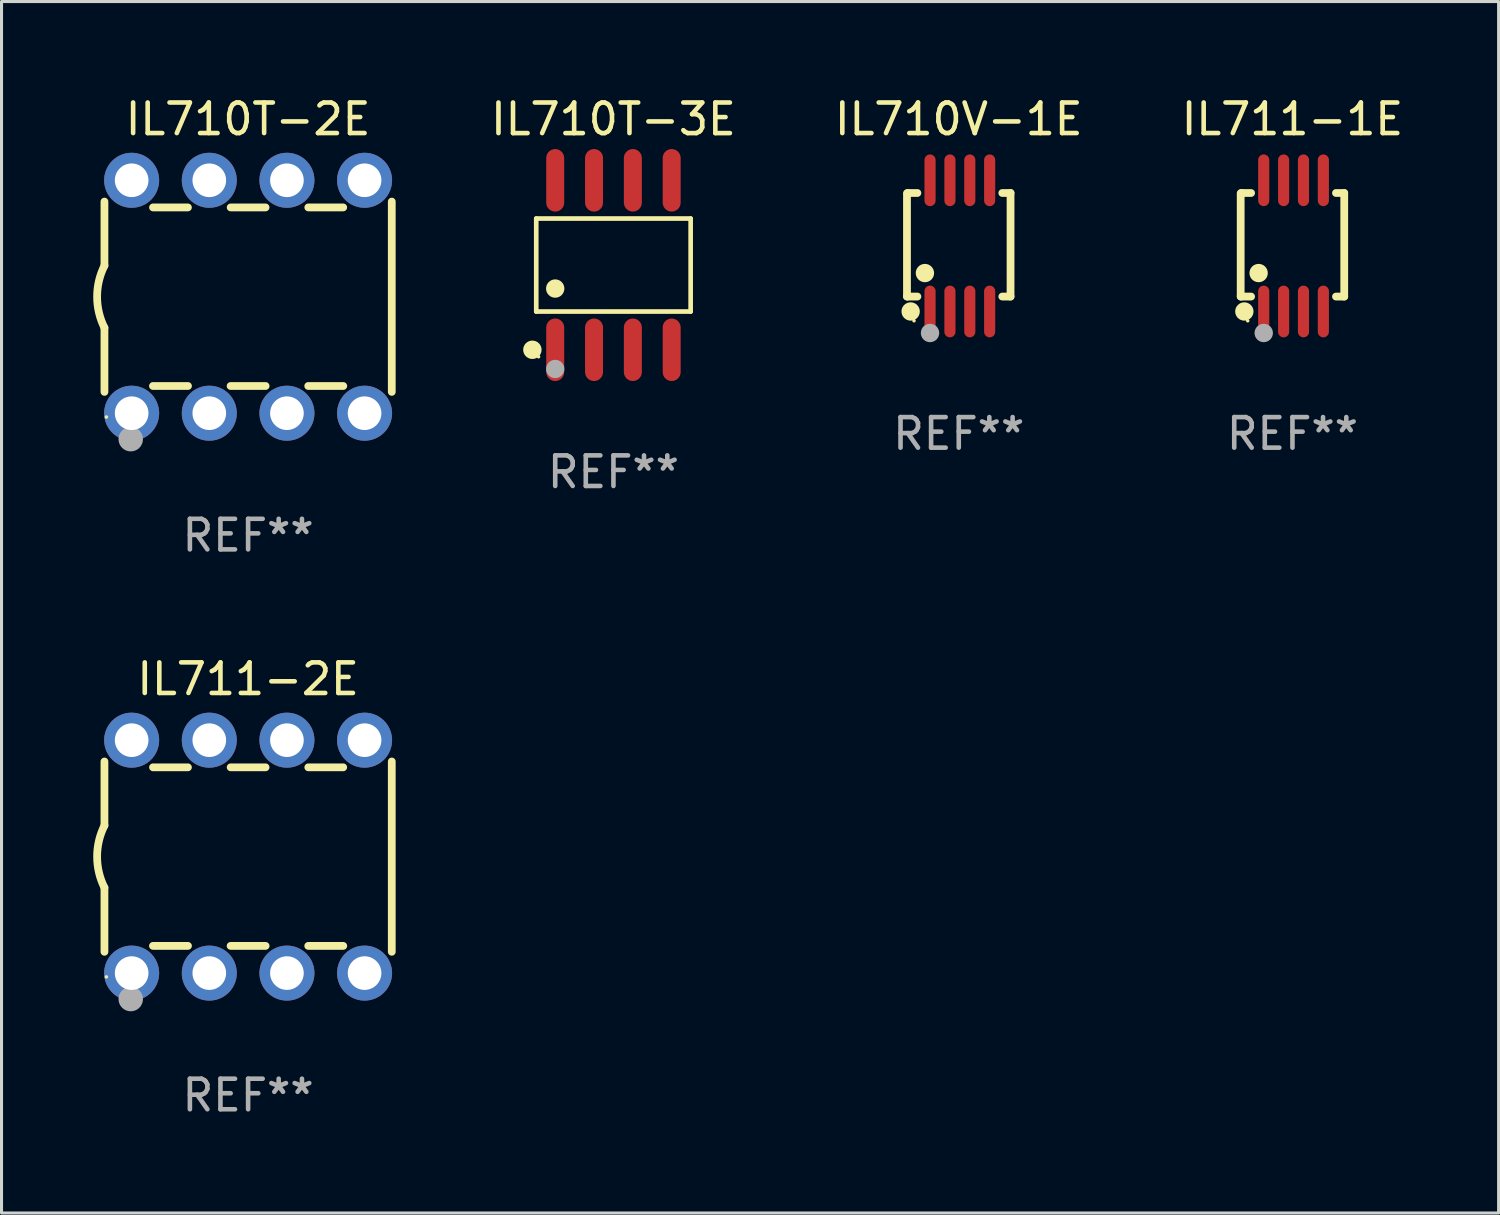
<source format=kicad_pcb>
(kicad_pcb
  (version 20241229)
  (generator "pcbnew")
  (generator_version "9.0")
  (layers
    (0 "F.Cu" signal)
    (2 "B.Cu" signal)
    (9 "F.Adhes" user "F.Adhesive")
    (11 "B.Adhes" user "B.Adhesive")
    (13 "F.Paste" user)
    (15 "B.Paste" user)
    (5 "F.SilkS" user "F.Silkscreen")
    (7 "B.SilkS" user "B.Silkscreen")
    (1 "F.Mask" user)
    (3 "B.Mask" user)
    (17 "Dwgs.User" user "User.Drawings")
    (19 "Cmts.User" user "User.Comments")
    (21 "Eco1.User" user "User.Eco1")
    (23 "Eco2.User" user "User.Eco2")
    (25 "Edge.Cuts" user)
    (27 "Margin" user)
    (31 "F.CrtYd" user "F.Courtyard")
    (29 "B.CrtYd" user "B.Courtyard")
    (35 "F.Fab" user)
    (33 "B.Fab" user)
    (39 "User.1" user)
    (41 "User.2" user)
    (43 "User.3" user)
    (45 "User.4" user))
  (footprint "IL711-2E"
    (layer "F.Cu")
    (at 5.067 24.975)
    (property "Reference" "IL711-2E" (at 0 -5.81 0) (layer "F.SilkS") (effects (font (size 1 1) (thickness 0.15))))
    (attr through_hole)
    (fp_line (start -4.7 -1.017) (end -4.7 -3.113) (stroke (width 0.254) (type solid)) (layer "F.SilkS"))
    (fp_line (start -4.7 1.015) (end -4.7 3.113) (stroke (width 0.254) (type solid)) (layer "F.SilkS"))
    (fp_line (start -3.113 2.92) (end -1.967 2.92) (stroke (width 0.254) (type solid)) (layer "F.SilkS"))
    (fp_line (start -3.111 -2.922) (end -1.969 -2.922) (stroke (width 0.254) (type solid)) (layer "F.SilkS"))
    (fp_line (start -0.573 2.92) (end 0.573 2.92) (stroke (width 0.254) (type solid)) (layer "F.SilkS"))
    (fp_line (start -0.571 -2.922) (end 0.571 -2.922) (stroke (width 0.254) (type solid)) (layer "F.SilkS"))
    (fp_line (start 1.967 2.92) (end 3.113 2.92) (stroke (width 0.254) (type solid)) (layer "F.SilkS"))
    (fp_line (start 1.969 -2.922) (end 3.111 -2.922) (stroke (width 0.254) (type solid)) (layer "F.SilkS"))
    (fp_line (start 4.7 -3.113) (end 4.7 3.113) (stroke (width 0.254) (type solid)) (layer "F.SilkS"))
    (fp_arc (start -4.7 1.01524) (mid -4.939846 -0.000762) (end -4.7 -1.016764) (stroke (width 0.254001) (type solid)) (layer "F.SilkS"))
    (fp_circle (center -4.636 3.935) (end -4.606 3.935) (stroke (width 0.06) (type solid)) (fill no) (layer "F.SilkS"))
    (fp_circle (center -3.84 4.66) (end -3.64 4.66) (stroke (width 0.4) (type solid)) (fill no) (layer "F.Fab"))
    (fp_text user "REF**" (at 0 7.81 0) (layer "F.Fab") (effects (font (size 1 1) (thickness 0.15))))
    (pad "1" thru_hole circle (at -3.81 3.81) (size 1.8 1.8) (drill 1.1) (layers "*.Cu" "*.Mask"))
    (pad "2" thru_hole circle (at -1.27 3.81) (size 1.8 1.8) (drill 1.1) (layers "*.Cu" "*.Mask"))
    (pad "3" thru_hole circle (at 1.27 3.81) (size 1.8 1.8) (drill 1.1) (layers "*.Cu" "*.Mask"))
    (pad "4" thru_hole circle (at 3.81 3.81) (size 1.8 1.8) (drill 1.1) (layers "*.Cu" "*.Mask"))
    (pad "5" thru_hole circle (at 3.81 -3.81) (size 1.8 1.8) (drill 1.1) (layers "*.Cu" "*.Mask"))
    (pad "6" thru_hole circle (at 1.27 -3.81) (size 1.8 1.8) (drill 1.1) (layers "*.Cu" "*.Mask"))
    (pad "7" thru_hole circle (at -1.27 -3.81) (size 1.8 1.8) (drill 1.1) (layers "*.Cu" "*.Mask"))
    (pad "8" thru_hole circle (at -3.81 -3.81) (size 1.8 1.8) (drill 1.1) (layers "*.Cu" "*.Mask")))
  (footprint "IL710T-2E"
    (layer "F.Cu")
    (at 5.067 6.658)
    (property "Reference" "IL710T-2E" (at 0 -5.81 0) (layer "F.SilkS") (effects (font (size 1 1) (thickness 0.15))))
    (attr through_hole)
    (fp_line (start -4.7 -1.017) (end -4.7 -3.113) (stroke (width 0.254) (type solid)) (layer "F.SilkS"))
    (fp_line (start -4.7 1.015) (end -4.7 3.113) (stroke (width 0.254) (type solid)) (layer "F.SilkS"))
    (fp_line (start -3.113 2.92) (end -1.967 2.92) (stroke (width 0.254) (type solid)) (layer "F.SilkS"))
    (fp_line (start -3.111 -2.922) (end -1.969 -2.922) (stroke (width 0.254) (type solid)) (layer "F.SilkS"))
    (fp_line (start -0.573 2.92) (end 0.573 2.92) (stroke (width 0.254) (type solid)) (layer "F.SilkS"))
    (fp_line (start -0.571 -2.922) (end 0.571 -2.922) (stroke (width 0.254) (type solid)) (layer "F.SilkS"))
    (fp_line (start 1.967 2.92) (end 3.113 2.92) (stroke (width 0.254) (type solid)) (layer "F.SilkS"))
    (fp_line (start 1.969 -2.922) (end 3.111 -2.922) (stroke (width 0.254) (type solid)) (layer "F.SilkS"))
    (fp_line (start 4.7 -3.113) (end 4.7 3.113) (stroke (width 0.254) (type solid)) (layer "F.SilkS"))
    (fp_arc (start -4.7 1.01524) (mid -4.939846 -0.000762) (end -4.7 -1.016764) (stroke (width 0.254001) (type solid)) (layer "F.SilkS"))
    (fp_circle (center -4.636 3.935) (end -4.606 3.935) (stroke (width 0.06) (type solid)) (fill no) (layer "F.SilkS"))
    (fp_circle (center -3.84 4.66) (end -3.64 4.66) (stroke (width 0.4) (type solid)) (fill no) (layer "F.Fab"))
    (fp_text user "REF**" (at 0 7.81 0) (layer "F.Fab") (effects (font (size 1 1) (thickness 0.15))))
    (pad "1" thru_hole circle (at -3.81 3.81) (size 1.8 1.8) (drill 1.1) (layers "*.Cu" "*.Mask"))
    (pad "2" thru_hole circle (at -1.27 3.81) (size 1.8 1.8) (drill 1.1) (layers "*.Cu" "*.Mask"))
    (pad "3" thru_hole circle (at 1.27 3.81) (size 1.8 1.8) (drill 1.1) (layers "*.Cu" "*.Mask"))
    (pad "4" thru_hole circle (at 3.81 3.81) (size 1.8 1.8) (drill 1.1) (layers "*.Cu" "*.Mask"))
    (pad "5" thru_hole circle (at 3.81 -3.81) (size 1.8 1.8) (drill 1.1) (layers "*.Cu" "*.Mask"))
    (pad "6" thru_hole circle (at 1.27 -3.81) (size 1.8 1.8) (drill 1.1) (layers "*.Cu" "*.Mask"))
    (pad "7" thru_hole circle (at -1.27 -3.81) (size 1.8 1.8) (drill 1.1) (layers "*.Cu" "*.Mask"))
    (pad "8" thru_hole circle (at -3.81 -3.81) (size 1.8 1.8) (drill 1.1) (layers "*.Cu" "*.Mask")))
  (footprint "IL711-1E"
    (layer "F.Cu")
    (at 39.233 4.994)
    (property "Reference" "IL711-1E" (at 0 -4.146 0) (layer "F.SilkS") (effects (font (size 1 1) (thickness 0.15))))
    (attr through_hole)
    (fp_line (start -1.694 -1.724) (end -1.694 1.652) (stroke (width 0.254) (type solid)) (layer "F.SilkS"))
    (fp_line (start -1.694 1.652) (end -1.688 1.658) (stroke (width 0.254) (type solid)) (layer "F.SilkS"))
    (fp_line (start -1.688 1.658) (end -1.353 1.658) (stroke (width 0.254) (type solid)) (layer "F.SilkS"))
    (fp_line (start -1.661 -1.73) (end -1.681 -1.71) (stroke (width 0.254) (type solid)) (layer "F.SilkS"))
    (fp_line (start -1.353 -1.73) (end -1.661 -1.73) (stroke (width 0.254) (type solid)) (layer "F.SilkS"))
    (fp_line (start 1.424 1.658) (end 1.694 1.658) (stroke (width 0.254) (type solid)) (layer "F.SilkS"))
    (fp_line (start 1.694 -1.73) (end 1.424 -1.73) (stroke (width 0.254) (type solid)) (layer "F.SilkS"))
    (fp_line (start 1.694 1.658) (end 1.694 -1.73) (stroke (width 0.254) (type solid)) (layer "F.SilkS"))
    (fp_circle (center -1.574 2.146) (end -1.424 2.146) (stroke (width 0.3) (type solid)) (fill no) (layer "F.SilkS"))
    (fp_circle (center -1.464 2.45) (end -1.434 2.45) (stroke (width 0.06) (type solid)) (fill no) (layer "F.SilkS"))
    (fp_circle (center -1.107 0.889) (end -0.957 0.889) (stroke (width 0.3) (type solid)) (fill no) (layer "F.SilkS"))
    (fp_circle (center -0.94 2.85) (end -0.789 2.85) (stroke (width 0.3) (type solid)) (fill no) (layer "F.Fab"))
    (fp_text user "REF**" (at 0 6.146 0) (layer "F.Fab") (effects (font (size 1 1) (thickness 0.15))))
    (pad "1" smd oval (at -0.94 2.146) (size 0.364 1.692) (layers "F.Cu" "F.Mask" "F.Paste"))
    (pad "2" smd oval (at -0.289 2.146) (size 0.364 1.692) (layers "F.Cu" "F.Mask" "F.Paste"))
    (pad "3" smd oval (at 0.361 2.146) (size 0.364 1.692) (layers "F.Cu" "F.Mask" "F.Paste"))
    (pad "4" smd oval (at 1.011 2.146) (size 0.364 1.692) (layers "F.Cu" "F.Mask" "F.Paste"))
    (pad "5" smd oval (at 1.011 -2.146) (size 0.364 1.692) (layers "F.Cu" "F.Mask" "F.Paste"))
    (pad "6" smd oval (at 0.361 -2.146) (size 0.364 1.692) (layers "F.Cu" "F.Mask" "F.Paste"))
    (pad "7" smd oval (at -0.289 -2.146) (size 0.364 1.692) (layers "F.Cu" "F.Mask" "F.Paste"))
    (pad "8" smd oval (at -0.94 -2.146) (size 0.364 1.692) (layers "F.Cu" "F.Mask" "F.Paste")))
  (footprint "IL710V-1E"
    (layer "F.Cu")
    (at 28.316 4.994)
    (property "Reference" "IL710V-1E" (at 0 -4.146 0) (layer "F.SilkS") (effects (font (size 1 1) (thickness 0.15))))
    (attr through_hole)
    (fp_line (start -1.694 -1.724) (end -1.694 1.652) (stroke (width 0.254) (type solid)) (layer "F.SilkS"))
    (fp_line (start -1.694 1.652) (end -1.688 1.658) (stroke (width 0.254) (type solid)) (layer "F.SilkS"))
    (fp_line (start -1.688 1.658) (end -1.353 1.658) (stroke (width 0.254) (type solid)) (layer "F.SilkS"))
    (fp_line (start -1.661 -1.73) (end -1.681 -1.71) (stroke (width 0.254) (type solid)) (layer "F.SilkS"))
    (fp_line (start -1.353 -1.73) (end -1.661 -1.73) (stroke (width 0.254) (type solid)) (layer "F.SilkS"))
    (fp_line (start 1.424 1.658) (end 1.694 1.658) (stroke (width 0.254) (type solid)) (layer "F.SilkS"))
    (fp_line (start 1.694 -1.73) (end 1.424 -1.73) (stroke (width 0.254) (type solid)) (layer "F.SilkS"))
    (fp_line (start 1.694 1.658) (end 1.694 -1.73) (stroke (width 0.254) (type solid)) (layer "F.SilkS"))
    (fp_circle (center -1.574 2.146) (end -1.424 2.146) (stroke (width 0.3) (type solid)) (fill no) (layer "F.SilkS"))
    (fp_circle (center -1.464 2.45) (end -1.434 2.45) (stroke (width 0.06) (type solid)) (fill no) (layer "F.SilkS"))
    (fp_circle (center -1.107 0.889) (end -0.957 0.889) (stroke (width 0.3) (type solid)) (fill no) (layer "F.SilkS"))
    (fp_circle (center -0.94 2.85) (end -0.789 2.85) (stroke (width 0.3) (type solid)) (fill no) (layer "F.Fab"))
    (fp_text user "REF**" (at 0 6.146 0) (layer "F.Fab") (effects (font (size 1 1) (thickness 0.15))))
    (pad "1" smd oval (at -0.94 2.146) (size 0.364 1.692) (layers "F.Cu" "F.Mask" "F.Paste"))
    (pad "2" smd oval (at -0.289 2.146) (size 0.364 1.692) (layers "F.Cu" "F.Mask" "F.Paste"))
    (pad "3" smd oval (at 0.361 2.146) (size 0.364 1.692) (layers "F.Cu" "F.Mask" "F.Paste"))
    (pad "4" smd oval (at 1.011 2.146) (size 0.364 1.692) (layers "F.Cu" "F.Mask" "F.Paste"))
    (pad "5" smd oval (at 1.011 -2.146) (size 0.364 1.692) (layers "F.Cu" "F.Mask" "F.Paste"))
    (pad "6" smd oval (at 0.361 -2.146) (size 0.364 1.692) (layers "F.Cu" "F.Mask" "F.Paste"))
    (pad "7" smd oval (at -0.289 -2.146) (size 0.364 1.692) (layers "F.Cu" "F.Mask" "F.Paste"))
    (pad "8" smd oval (at -0.94 -2.146) (size 0.364 1.692) (layers "F.Cu" "F.Mask" "F.Paste")))
  (footprint "IL710T-3E"
    (layer "F.Cu")
    (at 17.019 5.621)
    (property "Reference" "IL710T-3E" (at 0 -4.772 0) (layer "F.SilkS") (effects (font (size 1 1) (thickness 0.15))))
    (attr through_hole)
    (fp_line (start -2.526 -1.521) (end 2.526 -1.521) (stroke (width 0.152) (type solid)) (layer "F.SilkS"))
    (fp_line (start -2.526 1.521) (end -2.526 -1.521) (stroke (width 0.152) (type solid)) (layer "F.SilkS"))
    (fp_line (start 2.526 -1.521) (end 2.526 1.521) (stroke (width 0.152) (type solid)) (layer "F.SilkS"))
    (fp_line (start 2.526 1.521) (end -2.526 1.521) (stroke (width 0.152) (type solid)) (layer "F.SilkS"))
    (fp_circle (center -2.652 2.772) (end -2.501 2.772) (stroke (width 0.3) (type solid)) (fill no) (layer "F.SilkS"))
    (fp_circle (center -2.45 3) (end -2.42 3) (stroke (width 0.06) (type solid)) (fill no) (layer "F.SilkS"))
    (fp_circle (center -1.905 0.769) (end -1.755 0.769) (stroke (width 0.3) (type solid)) (fill no) (layer "F.SilkS"))
    (fp_circle (center -1.905 3.4) (end -1.755 3.4) (stroke (width 0.3) (type solid)) (fill no) (layer "F.Fab"))
    (fp_text user "REF**" (at 0 6.772 0) (layer "F.Fab") (effects (font (size 1 1) (thickness 0.15))))
    (pad "1" smd oval (at -1.905 2.772) (size 0.588 2.045) (layers "F.Cu" "F.Mask" "F.Paste"))
    (pad "2" smd oval (at -0.635 2.772) (size 0.588 2.045) (layers "F.Cu" "F.Mask" "F.Paste"))
    (pad "3" smd oval (at 0.635 2.772) (size 0.588 2.045) (layers "F.Cu" "F.Mask" "F.Paste"))
    (pad "4" smd oval (at 1.905 2.772) (size 0.588 2.045) (layers "F.Cu" "F.Mask" "F.Paste"))
    (pad "5" smd oval (at 1.905 -2.772) (size 0.588 2.045) (layers "F.Cu" "F.Mask" "F.Paste"))
    (pad "6" smd oval (at 0.635 -2.772) (size 0.588 2.045) (layers "F.Cu" "F.Mask" "F.Paste"))
    (pad "7" smd oval (at -0.635 -2.772) (size 0.588 2.045) (layers "F.Cu" "F.Mask" "F.Paste"))
    (pad "8" smd oval (at -1.905 -2.772) (size 0.588 2.045) (layers "F.Cu" "F.Mask" "F.Paste")))
  (gr_rect
    (start -3 -3)
    (end 45.977 36.633)
    (stroke (width 0.1) (type default))
    (fill no)
    (layer "Edge.Cuts")))
</source>
